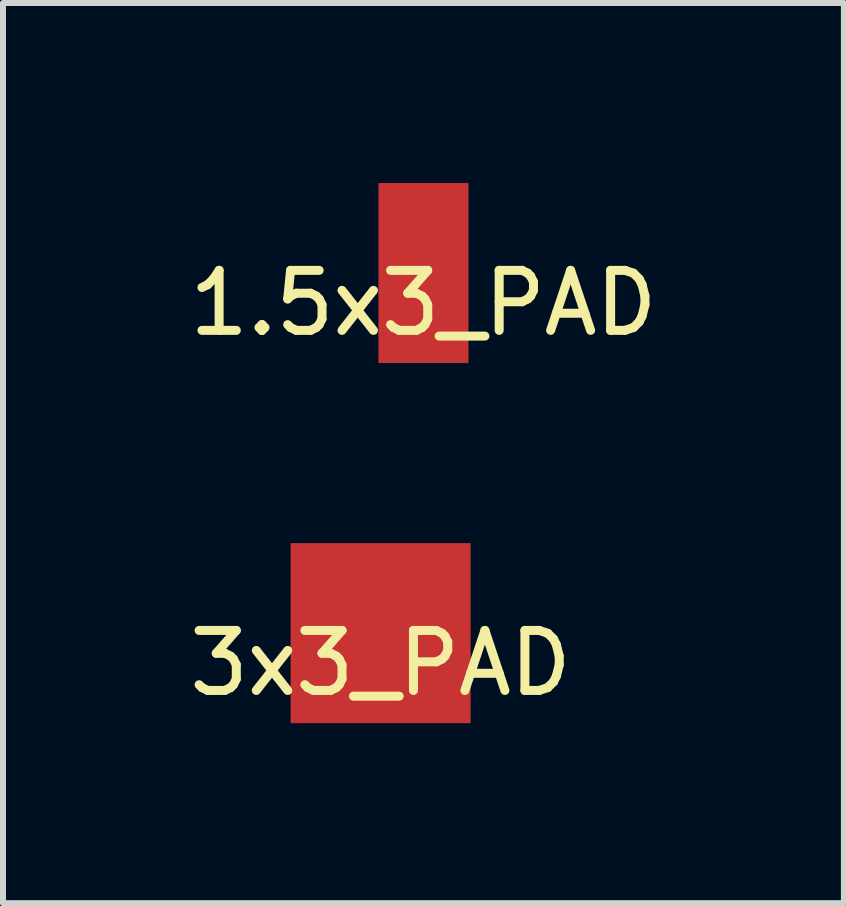
<source format=kicad_pcb>
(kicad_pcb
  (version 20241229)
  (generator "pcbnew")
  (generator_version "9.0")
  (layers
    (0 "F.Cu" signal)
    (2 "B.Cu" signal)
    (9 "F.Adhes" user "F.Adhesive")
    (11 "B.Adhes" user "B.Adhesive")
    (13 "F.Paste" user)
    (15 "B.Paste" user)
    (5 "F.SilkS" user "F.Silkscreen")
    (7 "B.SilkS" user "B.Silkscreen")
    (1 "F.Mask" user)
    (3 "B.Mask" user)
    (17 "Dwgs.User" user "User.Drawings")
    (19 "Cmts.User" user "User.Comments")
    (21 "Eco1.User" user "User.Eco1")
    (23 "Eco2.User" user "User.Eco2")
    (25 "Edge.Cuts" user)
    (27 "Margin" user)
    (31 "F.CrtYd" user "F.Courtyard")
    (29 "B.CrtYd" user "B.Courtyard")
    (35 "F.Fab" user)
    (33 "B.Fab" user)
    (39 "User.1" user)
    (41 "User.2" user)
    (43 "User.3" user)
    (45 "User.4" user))
  (footprint "3x3_PAD"
    (layer "F.Cu")
    (at 3.292 7.5)
    (property "Reference" "3x3_PAD" (at 0 0.5 0) (layer "F.SilkS") (effects (font (size 1 1) (thickness 0.15))))
    (attr through_hole)
    (pad "1" smd rect (at 0 0) (size 3 3) (layers "F.Cu" "F.Mask" "F.Paste")))
  (footprint "1.5x3_PAD"
    (layer "F.Cu")
    (at 4.006 1.5)
    (property "Reference" "1.5x3_PAD" (at 0 0.5 0) (layer "F.SilkS") (effects (font (size 1 1) (thickness 0.15))))
    (attr through_hole)
    (pad "1" smd rect (at 0 0) (size 1.5 3) (layers "F.Cu" "F.Mask" "F.Paste")))
  (gr_rect
    (start -3 -3)
    (end 11.012 12)
    (stroke (width 0.1) (type default))
    (fill no)
    (layer "Edge.Cuts")))
</source>
